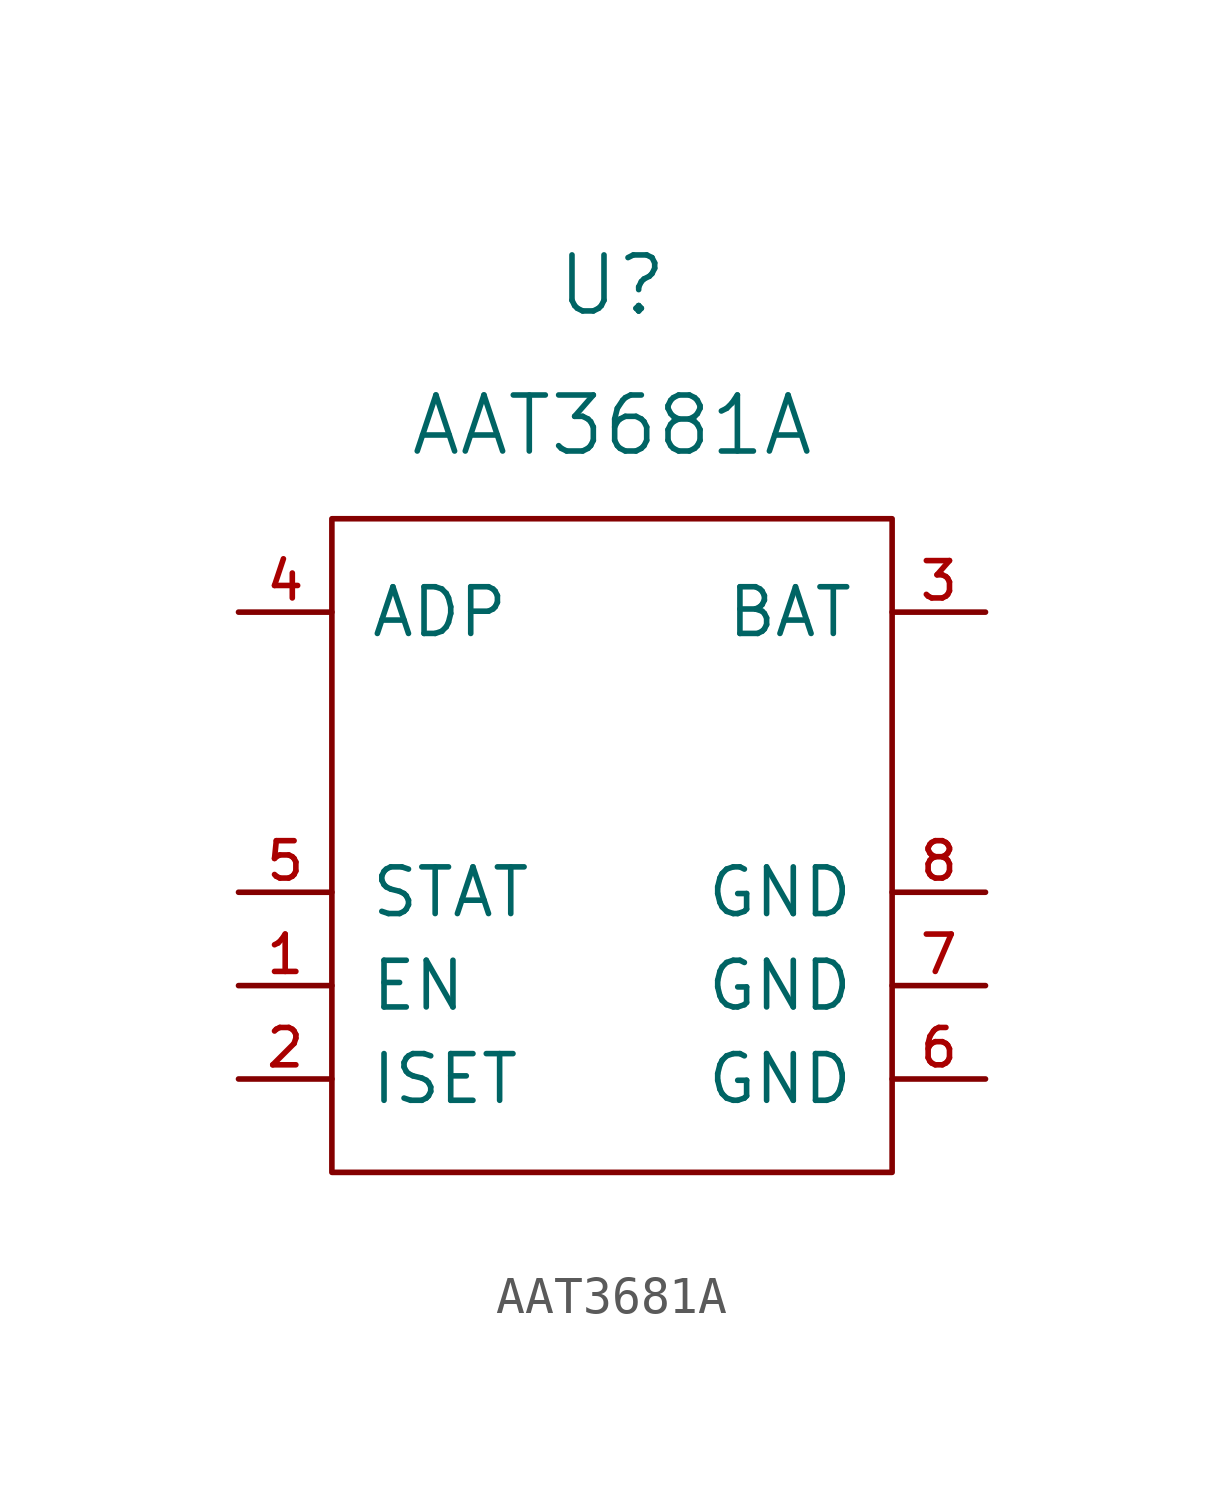
<source format=kicad_sym>
(kicad_symbol_lib
  (version 20211014)
  (generator kicad_symbol_editor)
  (symbol "AAT3681A"
    (pin_names
      (offset 1.016))
    (property "Reference" "U"
      (at 0 15.24 0)
      (effects (font (size 1.524 1.524))))
    (property "Value" "AAT3681A"
      (at 0 11.43 0)
      (effects (font (size 1.524 1.524))))
    (symbol "AAT3681A_0_1"
      (rectangle (start -7.62 8.89) (end 7.62 -8.89) (stroke (width 0) (type default) (color 0 0 0 0)) (fill (type none))))
    (symbol "AAT3681A_1_1"
      (pin input line (at -10.16 -3.81 0) (length 2.54) (name "EN" (effects (font (size 1.27 1.27)))) (number "1" (effects (font (size 1.016 1.016)))))
      (pin passive line (at -10.16 -6.35 0) (length 2.54) (name "ISET" (effects (font (size 1.27 1.27)))) (number "2" (effects (font (size 1.016 1.016)))))
      (pin power_out line (at 10.16 6.35 180) (length 2.54) (name "BAT" (effects (font (size 1.27 1.27)))) (number "3" (effects (font (size 1.016 1.016)))))
      (pin power_in line (at -10.16 6.35 0) (length 2.54) (name "ADP" (effects (font (size 1.27 1.27)))) (number "4" (effects (font (size 1.016 1.016)))))
      (pin open_collector line (at -10.16 -1.27 0) (length 2.54) (name "STAT" (effects (font (size 1.27 1.27)))) (number "5" (effects (font (size 1.016 1.016)))))
      (pin power_in line (at 10.16 -6.35 180) (length 2.54) (name "GND" (effects (font (size 1.27 1.27)))) (number "6" (effects (font (size 1.016 1.016)))))
      (pin power_in line (at 10.16 -3.81 180) (length 2.54) (name "GND" (effects (font (size 1.27 1.27)))) (number "7" (effects (font (size 1.016 1.016)))))
      (pin power_in line (at 10.16 -1.27 180) (length 2.54) (name "GND" (effects (font (size 1.27 1.27)))) (number "8" (effects (font (size 1.016 1.016))))))))
</source>
